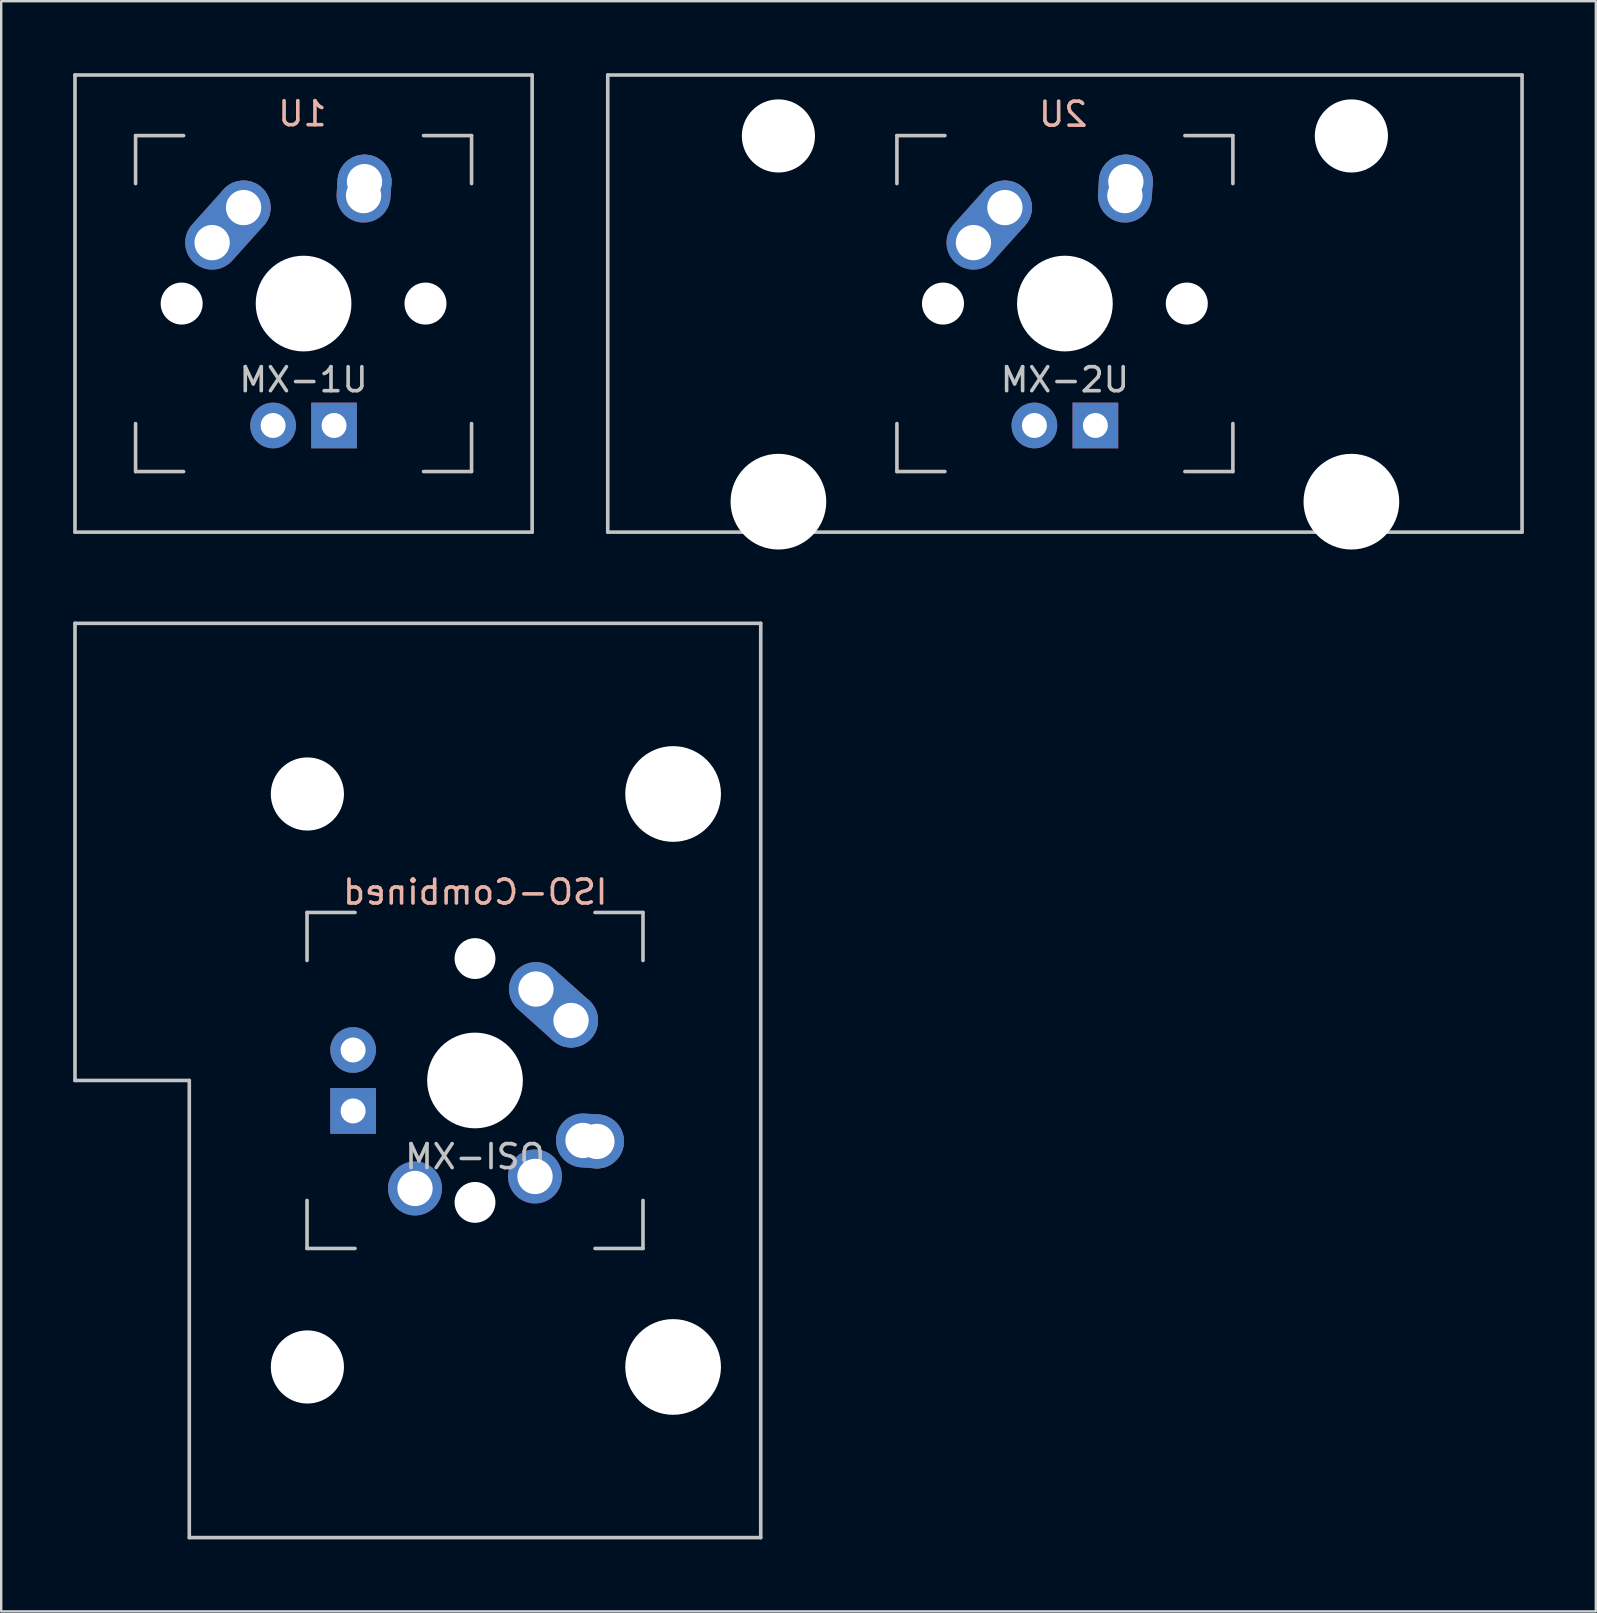
<source format=kicad_pcb>
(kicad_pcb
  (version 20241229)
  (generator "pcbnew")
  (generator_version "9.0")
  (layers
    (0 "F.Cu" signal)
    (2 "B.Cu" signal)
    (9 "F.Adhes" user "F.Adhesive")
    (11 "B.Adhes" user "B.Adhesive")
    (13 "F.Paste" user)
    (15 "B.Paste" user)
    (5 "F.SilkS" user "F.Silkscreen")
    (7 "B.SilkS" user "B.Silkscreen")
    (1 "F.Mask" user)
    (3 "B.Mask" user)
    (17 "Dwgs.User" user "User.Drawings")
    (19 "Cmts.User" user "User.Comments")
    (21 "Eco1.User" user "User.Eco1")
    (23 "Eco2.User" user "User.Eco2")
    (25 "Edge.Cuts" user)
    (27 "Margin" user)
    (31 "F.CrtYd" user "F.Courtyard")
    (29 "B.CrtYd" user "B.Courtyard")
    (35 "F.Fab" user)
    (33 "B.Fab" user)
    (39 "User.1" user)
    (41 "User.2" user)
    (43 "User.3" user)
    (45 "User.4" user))
  (footprint "MX-2U"
    (layer "F.Cu")
    (at 41.325 9.6)
    (property "Reference" "MX-2U" (at 0 3.175 0) (layer "Dwgs.User") (effects (font (size 1 1) (thickness 0.15))))
    (property "Value" "2U" (at 0 -7.938 0) (layer "Dwgs.User") (hide yes) (effects (font (size 1 1) (thickness 0.15))))
    (attr through_hole)
    (fp_line (start -19.05 -9.525) (end 19.05 -9.525) (stroke (width 0.15) (type solid)) (layer "Dwgs.User"))
    (fp_line (start -19.05 9.525) (end -19.05 -9.525) (stroke (width 0.15) (type solid)) (layer "Dwgs.User"))
    (fp_line (start -19.05 9.525) (end 19.05 9.525) (stroke (width 0.15) (type solid)) (layer "Dwgs.User"))
    (fp_line (start -7 -7) (end -7 -5) (stroke (width 0.15) (type solid)) (layer "Dwgs.User"))
    (fp_line (start -7 5) (end -7 7) (stroke (width 0.15) (type solid)) (layer "Dwgs.User"))
    (fp_line (start -7 7) (end -5 7) (stroke (width 0.15) (type solid)) (layer "Dwgs.User"))
    (fp_line (start -5 -7) (end -7 -7) (stroke (width 0.15) (type solid)) (layer "Dwgs.User"))
    (fp_line (start 5 -7) (end 7 -7) (stroke (width 0.15) (type solid)) (layer "Dwgs.User"))
    (fp_line (start 5 7) (end 7 7) (stroke (width 0.15) (type solid)) (layer "Dwgs.User"))
    (fp_line (start 7 -7) (end 7 -5) (stroke (width 0.15) (type solid)) (layer "Dwgs.User"))
    (fp_line (start 7 7) (end 7 5) (stroke (width 0.15) (type solid)) (layer "Dwgs.User"))
    (fp_line (start 19.05 -9.525) (end 19.05 9.525) (stroke (width 0.15) (type solid)) (layer "Dwgs.User"))
    (fp_text user "${VALUE}" (at -0.07 -7.89 0) (layer "B.SilkS") (effects (font (size 1 1) (thickness 0.15)) (justify mirror)))
    (pad "" np_thru_hole circle (at -11.938 -6.985) (size 3.048 3.048) (drill 3.048) (layers "*.Cu" "*.Mask"))
    (pad "" np_thru_hole circle (at -11.938 8.255) (size 3.988 3.988) (drill 3.988) (layers "*.Cu" "*.Mask"))
    (pad "" np_thru_hole circle (at -5.08 0 48.1) (size 1.75 1.75) (drill 1.75) (layers "*.Cu" "*.Mask"))
    (pad "" np_thru_hole circle (at 0 0) (size 3.988 3.988) (drill 3.988) (layers "*.Cu" "*.Mask"))
    (pad "" np_thru_hole circle (at 5.08 0 48.1) (size 1.75 1.75) (drill 1.75) (layers "*.Cu" "*.Mask"))
    (pad "" np_thru_hole circle (at 11.938 -6.985) (size 3.048 3.048) (drill 3.048) (layers "*.Cu" "*.Mask"))
    (pad "" np_thru_hole circle (at 11.938 8.255) (size 3.988 3.988) (drill 3.988) (layers "*.Cu" "*.Mask"))
    (pad "1" thru_hole oval (at -3.81 -2.54 48.099) (size 4.212 2.25) (drill 1.47 (offset 0.981 0)) (layers "*.Cu" "*.Mask"))
    (pad "1" thru_hole circle (at -2.5 -4) (size 2.25 2.25) (drill 1.47) (layers "*.Cu" "*.Mask"))
    (pad "2" thru_hole oval (at 2.5 -4.5 86.054) (size 2.831 2.25) (drill 1.47 (offset 0.291 0)) (layers "*.Cu" "*.Mask"))
    (pad "2" thru_hole circle (at 2.54 -5.08) (size 2.25 2.25) (drill 1.47) (layers "*.Cu" "*.Mask"))
    (pad "3" thru_hole circle (at -1.27 5.08) (size 1.905 1.905) (drill 1.04) (layers "*.Cu" "B.Mask"))
    (pad "4" thru_hole rect (at 1.27 5.08) (size 1.905 1.905) (drill 1.04) (layers "*.Cu" "B.Mask")))
  (footprint "MX-1U"
    (layer "F.Cu")
    (at 9.6 9.6)
    (property "Reference" "MX-1U" (at 0 3.175 0) (layer "Dwgs.User") (effects (font (size 1 1) (thickness 0.15))))
    (property "Value" "1U" (at 0 -7.938 0) (layer "Dwgs.User") (hide yes) (effects (font (size 1 1) (thickness 0.15))))
    (attr through_hole)
    (fp_line (start -9.525 -9.525) (end 9.525 -9.525) (stroke (width 0.15) (type solid)) (layer "Dwgs.User"))
    (fp_line (start -9.525 9.525) (end -9.525 -9.525) (stroke (width 0.15) (type solid)) (layer "Dwgs.User"))
    (fp_line (start -7 -7) (end -7 -5) (stroke (width 0.15) (type solid)) (layer "Dwgs.User"))
    (fp_line (start -7 5) (end -7 7) (stroke (width 0.15) (type solid)) (layer "Dwgs.User"))
    (fp_line (start -7 7) (end -5 7) (stroke (width 0.15) (type solid)) (layer "Dwgs.User"))
    (fp_line (start -5 -7) (end -7 -7) (stroke (width 0.15) (type solid)) (layer "Dwgs.User"))
    (fp_line (start 5 -7) (end 7 -7) (stroke (width 0.15) (type solid)) (layer "Dwgs.User"))
    (fp_line (start 5 7) (end 7 7) (stroke (width 0.15) (type solid)) (layer "Dwgs.User"))
    (fp_line (start 7 -7) (end 7 -5) (stroke (width 0.15) (type solid)) (layer "Dwgs.User"))
    (fp_line (start 7 7) (end 7 5) (stroke (width 0.15) (type solid)) (layer "Dwgs.User"))
    (fp_line (start 9.525 -9.525) (end 9.525 9.525) (stroke (width 0.15) (type solid)) (layer "Dwgs.User"))
    (fp_line (start 9.525 9.525) (end -9.525 9.525) (stroke (width 0.15) (type solid)) (layer "Dwgs.User"))
    (fp_text user "${VALUE}" (at -0.05 -7.91 0) (layer "B.SilkS") (effects (font (size 1 1) (thickness 0.15)) (justify mirror)))
    (pad "" np_thru_hole circle (at -5.08 0 48.1) (size 1.75 1.75) (drill 1.75) (layers "*.Cu" "*.Mask"))
    (pad "" np_thru_hole circle (at 0 0) (size 3.988 3.988) (drill 3.988) (layers "*.Cu" "*.Mask"))
    (pad "" np_thru_hole circle (at 5.08 0 48.1) (size 1.75 1.75) (drill 1.75) (layers "*.Cu" "*.Mask"))
    (pad "1" thru_hole oval (at -3.81 -2.54 48.099) (size 4.212 2.25) (drill 1.47 (offset 0.981 0)) (layers "*.Cu" "*.Mask"))
    (pad "1" thru_hole circle (at -2.5 -4) (size 2.25 2.25) (drill 1.47) (layers "*.Cu" "*.Mask"))
    (pad "2" thru_hole oval (at 2.5 -4.5 86.054) (size 2.831 2.25) (drill 1.47 (offset 0.291 0)) (layers "*.Cu" "*.Mask"))
    (pad "2" thru_hole circle (at 2.54 -5.08) (size 2.25 2.25) (drill 1.47) (layers "*.Cu" "*.Mask"))
    (pad "3" thru_hole circle (at -1.27 5.08) (size 1.905 1.905) (drill 1.04) (layers "*.Cu" "B.Mask"))
    (pad "4" thru_hole rect (at 1.27 5.08) (size 1.905 1.905) (drill 1.04) (layers "*.Cu" "B.Mask")))
  (footprint "MX-ISO"
    (layer "F.Cu")
    (at 16.744 41.974)
    (property "Reference" "MX-ISO" (at 0 3.175 0) (layer "Dwgs.User") (effects (font (size 1 1) (thickness 0.15))))
    (property "Value" "ISO-Combined" (at 0 -7.938 0) (layer "Dwgs.User") (hide yes) (effects (font (size 1 1) (thickness 0.15))))
    (attr through_hole)
    (fp_line (start -16.669 -19.05) (end -16.669 0) (stroke (width 0.15) (type solid)) (layer "Dwgs.User"))
    (fp_line (start -16.669 -19.05) (end 11.906 -19.05) (stroke (width 0.15) (type solid)) (layer "Dwgs.User"))
    (fp_line (start -11.906 0) (end -16.669 0) (stroke (width 0.15) (type solid)) (layer "Dwgs.User"))
    (fp_line (start -11.906 19.05) (end -11.906 0) (stroke (width 0.15) (type solid)) (layer "Dwgs.User"))
    (fp_line (start -11.906 19.05) (end 11.906 19.05) (stroke (width 0.15) (type solid)) (layer "Dwgs.User"))
    (fp_line (start -7 -7) (end -7 -5) (stroke (width 0.15) (type solid)) (layer "Dwgs.User"))
    (fp_line (start -7 5) (end -7 7) (stroke (width 0.15) (type solid)) (layer "Dwgs.User"))
    (fp_line (start -7 7) (end -5 7) (stroke (width 0.15) (type solid)) (layer "Dwgs.User"))
    (fp_line (start -5 -7) (end -7 -7) (stroke (width 0.15) (type solid)) (layer "Dwgs.User"))
    (fp_line (start 5 -7) (end 7 -7) (stroke (width 0.15) (type solid)) (layer "Dwgs.User"))
    (fp_line (start 5 7) (end 7 7) (stroke (width 0.15) (type solid)) (layer "Dwgs.User"))
    (fp_line (start 7 -7) (end 7 -5) (stroke (width 0.15) (type solid)) (layer "Dwgs.User"))
    (fp_line (start 7 7) (end 7 5) (stroke (width 0.15) (type solid)) (layer "Dwgs.User"))
    (fp_line (start 11.906 -19.05) (end 11.906 19.05) (stroke (width 0.15) (type solid)) (layer "Dwgs.User"))
    (fp_text user "${VALUE}" (at 0.01 -7.85 0) (layer "B.SilkS") (effects (font (size 1 1) (thickness 0.15)) (justify mirror)))
    (pad "" np_thru_hole circle (at -6.985 -11.938) (size 3.048 3.048) (drill 3.048) (layers "*.Cu" "*.Mask"))
    (pad "" np_thru_hole circle (at -6.985 11.938) (size 3.048 3.048) (drill 3.048) (layers "*.Cu" "*.Mask"))
    (pad "" np_thru_hole circle (at 0 -5.08 48.1) (size 1.702 1.702) (drill 1.702) (layers "*.Cu" "*.Mask"))
    (pad "" np_thru_hole circle (at 0 0) (size 3.988 3.988) (drill 3.988) (layers "*.Cu" "*.Mask"))
    (pad "" np_thru_hole circle (at 0 5.08 48.1) (size 1.702 1.702) (drill 1.702) (layers "*.Cu" "*.Mask"))
    (pad "" np_thru_hole circle (at 8.255 -11.938) (size 3.988 3.988) (drill 3.988) (layers "*.Cu" "*.Mask"))
    (pad "" np_thru_hole circle (at 8.255 11.938) (size 3.988 3.988) (drill 3.988) (layers "*.Cu" "*.Mask"))
    (pad "1" thru_hole circle (at 2.5 4) (size 2.25 2.25) (drill 1.47) (layers "*.Cu" "*.Mask"))
    (pad "1" thru_hole oval (at 4.5 2.5 356.055) (size 2.831 2.25) (drill 1.47 (offset 0.291 0)) (layers "*.Cu" "*.Mask"))
    (pad "1" thru_hole circle (at 5.08 2.54) (size 2.25 2.25) (drill 1.47) (layers "*.Cu" "*.Mask"))
    (pad "2" thru_hole circle (at -2.5 4.5) (size 2.25 2.25) (drill 1.47) (layers "*.Cu" "*.Mask"))
    (pad "2" thru_hole oval (at 2.54 -3.81 318.1) (size 4.212 2.25) (drill 1.47 (offset 0.981 0)) (layers "*.Cu" "*.Mask"))
    (pad "2" thru_hole circle (at 4 -2.5) (size 2.25 2.25) (drill 1.47) (layers "*.Cu" "*.Mask"))
    (pad "3" thru_hole circle (at -5.08 -1.27) (size 1.905 1.905) (drill 1.04) (layers "*.Cu" "B.Mask"))
    (pad "4" thru_hole rect (at -5.08 1.27) (size 1.905 1.905) (drill 1.04) (layers "*.Cu" "B.Mask")))
  (gr_rect
    (start -3 -3)
    (end 63.45 64.099)
    (stroke (width 0.1) (type default))
    (fill no)
    (layer "Edge.Cuts")))
</source>
